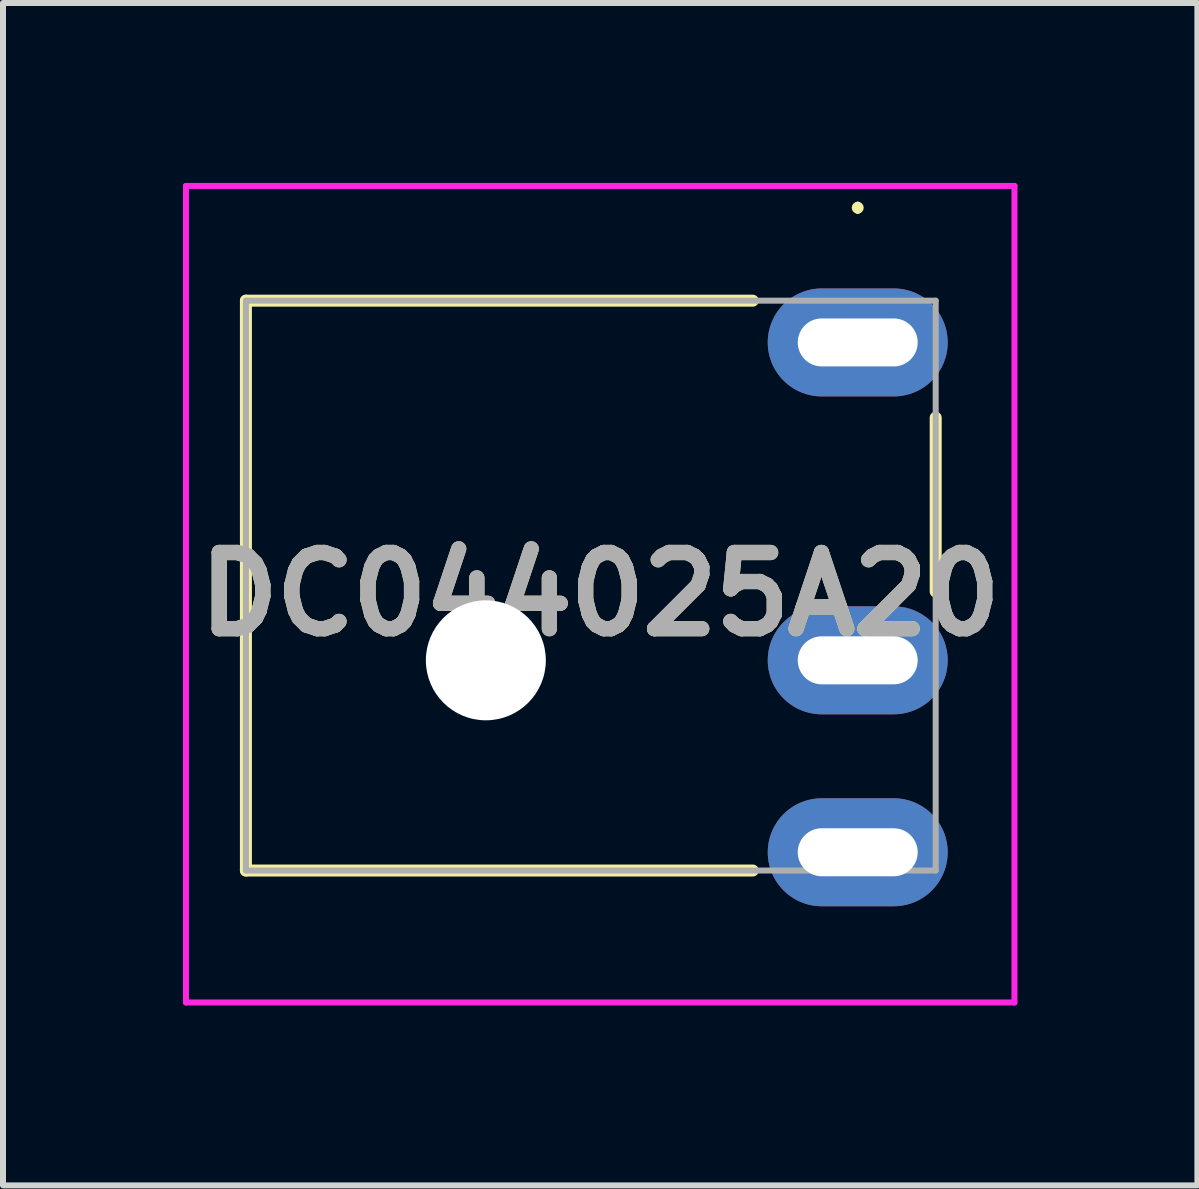
<source format=kicad_pcb>
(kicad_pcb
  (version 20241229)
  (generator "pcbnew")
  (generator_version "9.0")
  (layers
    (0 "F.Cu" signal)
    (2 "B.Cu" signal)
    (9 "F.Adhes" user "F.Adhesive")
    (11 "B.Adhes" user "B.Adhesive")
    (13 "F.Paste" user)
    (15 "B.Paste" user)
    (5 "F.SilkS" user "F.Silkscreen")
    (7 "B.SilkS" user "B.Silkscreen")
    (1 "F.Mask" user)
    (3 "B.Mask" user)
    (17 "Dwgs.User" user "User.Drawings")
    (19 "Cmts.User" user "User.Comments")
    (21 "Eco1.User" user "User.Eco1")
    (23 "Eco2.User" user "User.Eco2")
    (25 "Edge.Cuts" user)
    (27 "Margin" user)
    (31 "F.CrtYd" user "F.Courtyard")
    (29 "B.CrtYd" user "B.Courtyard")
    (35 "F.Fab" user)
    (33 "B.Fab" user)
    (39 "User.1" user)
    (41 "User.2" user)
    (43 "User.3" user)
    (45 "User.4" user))
  (footprint "DC044025A20"
    (layer "F.Cu")
    (at 5.05 7.959)
    (property "Reference" "DC044025A20" (at 1.906 -1.102 0) (layer "F.SilkS") (effects (font (size 1.27 1.27) (thickness 0.254))))
    (attr through_hole)
    (fp_line (start -4 -5.996) (end -4 3.504) (stroke (width 0.2) (type solid)) (layer "F.SilkS"))
    (fp_line (start -4 3.504) (end 4.45 3.504) (stroke (width 0.2) (type solid)) (layer "F.SilkS"))
    (fp_line (start 4.45 -5.996) (end -4 -5.996) (stroke (width 0.2) (type solid)) (layer "F.SilkS"))
    (fp_line (start 6.2 -7.596) (end 6.2 -7.596) (stroke (width 0.1) (type solid)) (layer "F.SilkS"))
    (fp_line (start 6.2 -7.496) (end 6.2 -7.496) (stroke (width 0.1) (type solid)) (layer "F.SilkS"))
    (fp_line (start 7.5 -1.146) (end 7.5 -4.046) (stroke (width 0.2) (type solid)) (layer "F.SilkS"))
    (fp_arc (start 6.2 -7.595654) (mid 6.25 -7.545654) (end 6.2 -7.495654) (stroke (width 0.1) (type solid)) (layer "F.SilkS"))
    (fp_arc (start 6.2 -7.495654) (mid 6.15 -7.545654) (end 6.2 -7.595654) (stroke (width 0.1) (type solid)) (layer "F.SilkS"))
    (fp_line (start -5 -7.909) (end 8.813 -7.909) (stroke (width 0.1) (type solid)) (layer "F.CrtYd"))
    (fp_line (start -5 5.704) (end -5 -7.909) (stroke (width 0.1) (type solid)) (layer "F.CrtYd"))
    (fp_line (start 8.813 -7.909) (end 8.813 5.704) (stroke (width 0.1) (type solid)) (layer "F.CrtYd"))
    (fp_line (start 8.813 5.704) (end -5 5.704) (stroke (width 0.1) (type solid)) (layer "F.CrtYd"))
    (fp_line (start -4 -5.996) (end -4 3.504) (stroke (width 0.1) (type solid)) (layer "F.Fab"))
    (fp_line (start -4 3.504) (end 7.5 3.504) (stroke (width 0.1) (type solid)) (layer "F.Fab"))
    (fp_line (start 7.5 -5.996) (end -4 -5.996) (stroke (width 0.1) (type solid)) (layer "F.Fab"))
    (fp_line (start 7.5 3.504) (end 7.5 -5.996) (stroke (width 0.1) (type solid)) (layer "F.Fab"))
    (fp_text user "${REFERENCE}" (at 1.906 -1.102 0) (layer "F.Fab") (effects (font (size 1.27 1.27) (thickness 0.254))))
    (pad "" np_thru_hole circle (at 0 0) (size 2 2) (drill 2.1) (layers "*.Cu" "*.Mask"))
    (pad "2" thru_hole oval (at 6.2 -5.3) (size 3 1.8) (drill oval 2 0.8) (layers "*.Cu" "*.Mask"))
    (pad "3" thru_hole oval (at 6.2 0) (size 3 1.8) (drill oval 2 0.8) (layers "*.Cu" "*.Mask"))
    (pad "4" thru_hole oval (at 6.2 3.2) (size 3 1.8) (drill oval 2 0.8) (layers "*.Cu" "*.Mask")))
  (gr_rect
    (start -3 -3)
    (end 16.913 16.713)
    (stroke (width 0.1) (type default))
    (fill no)
    (layer "Edge.Cuts")))
</source>
